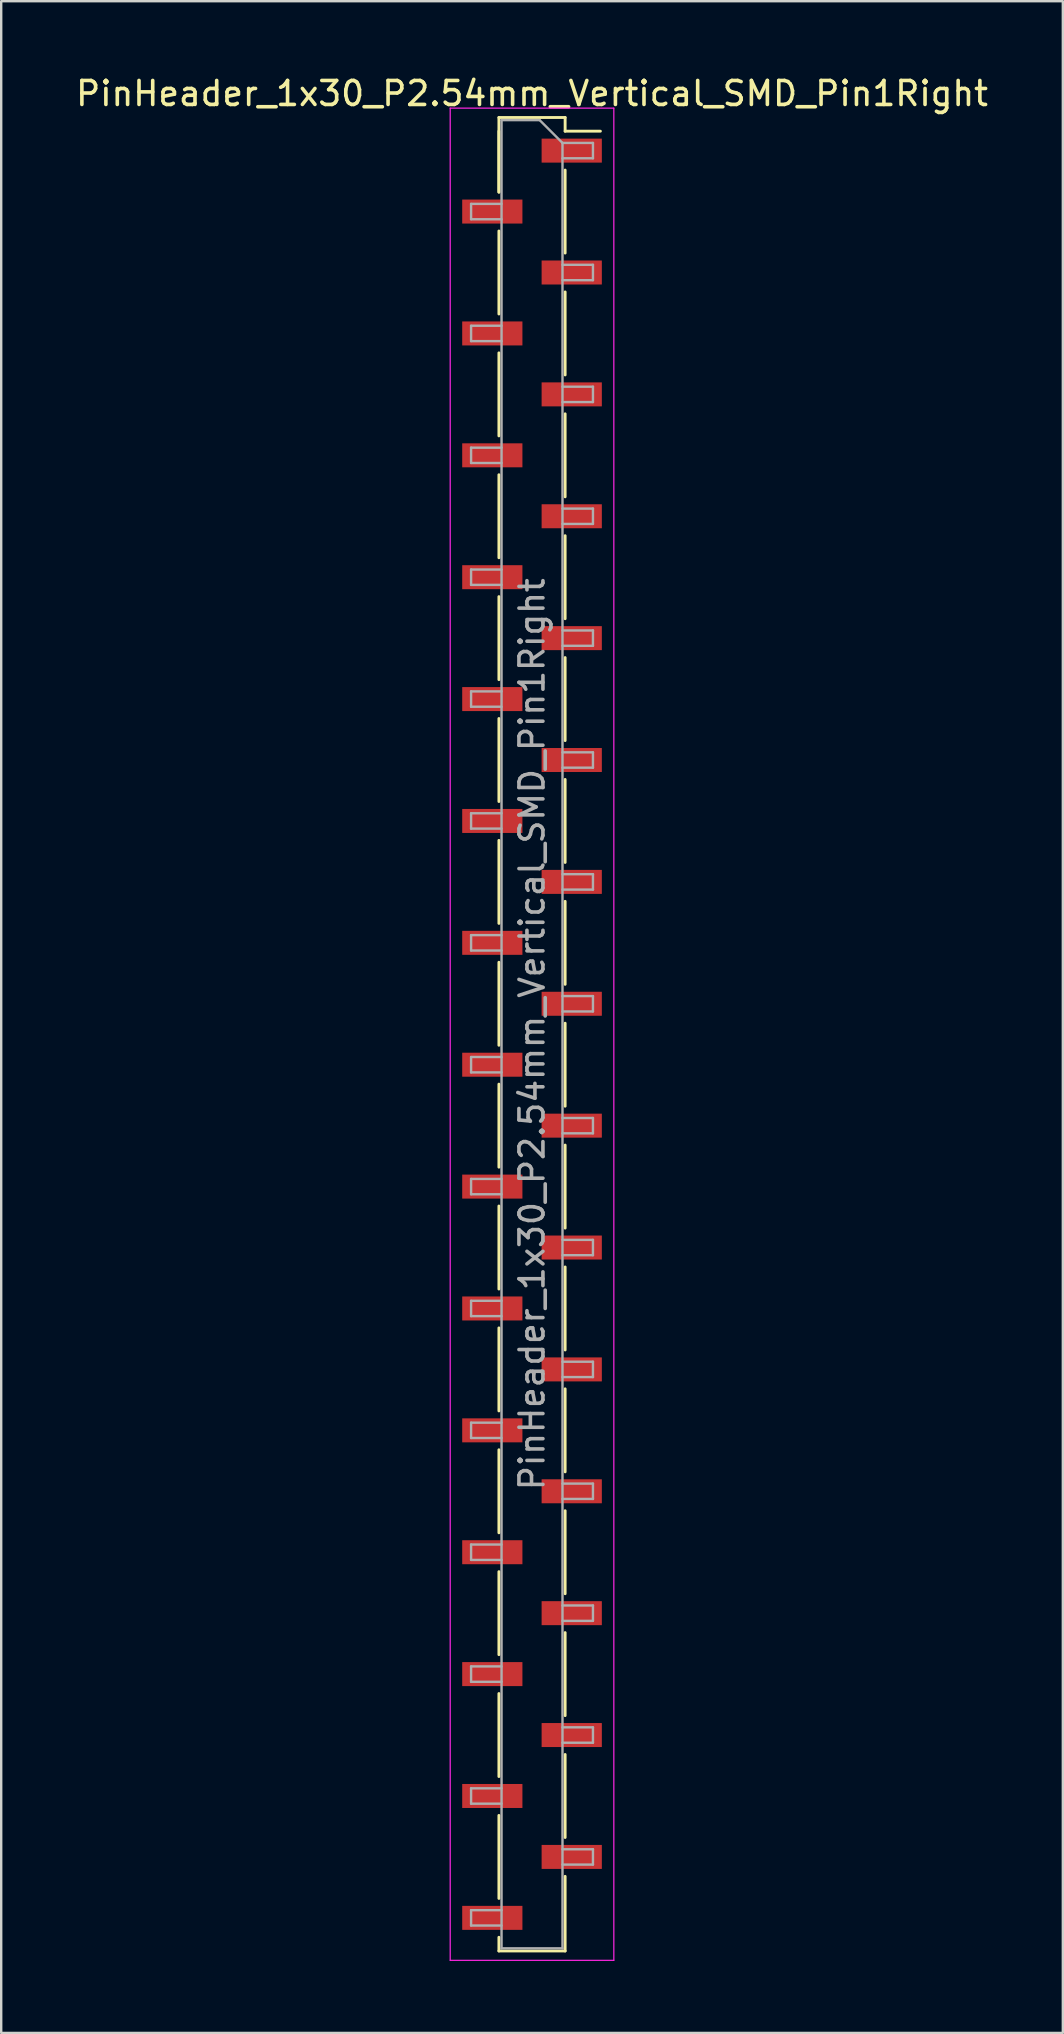
<source format=kicad_pcb>
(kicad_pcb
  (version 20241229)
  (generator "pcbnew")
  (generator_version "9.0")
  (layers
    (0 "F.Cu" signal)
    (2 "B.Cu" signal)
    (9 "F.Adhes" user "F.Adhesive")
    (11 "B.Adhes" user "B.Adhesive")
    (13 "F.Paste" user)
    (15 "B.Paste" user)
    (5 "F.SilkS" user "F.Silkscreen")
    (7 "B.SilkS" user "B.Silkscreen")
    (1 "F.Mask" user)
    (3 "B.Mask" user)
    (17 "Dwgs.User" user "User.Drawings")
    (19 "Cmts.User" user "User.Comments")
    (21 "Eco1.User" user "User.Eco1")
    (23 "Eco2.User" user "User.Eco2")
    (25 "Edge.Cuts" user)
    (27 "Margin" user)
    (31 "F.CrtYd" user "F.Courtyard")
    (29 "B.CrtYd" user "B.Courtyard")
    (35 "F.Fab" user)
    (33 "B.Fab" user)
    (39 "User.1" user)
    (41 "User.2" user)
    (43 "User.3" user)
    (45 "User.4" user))
  (footprint "PinHeader_1x30_P2.54mm_Vertical_SMD_Pin1Right"
    (layer "F.Cu")
    (at 19.125 40.058)
    (property "Reference" "PinHeader_1x30_P2.54mm_Vertical_SMD_Pin1Right" (at 0 -39.21 0) (layer "F.SilkS") (effects (font (size 1 1) (thickness 0.15))))
    (attr smd)
    (fp_line (start -1.38 -38.21) (end -1.38 -35.1) (stroke (width 0.12) (type solid)) (layer "F.SilkS"))
    (fp_line (start -1.38 -38.21) (end 1.38 -38.21) (stroke (width 0.12) (type solid)) (layer "F.SilkS"))
    (fp_line (start -1.38 -37.64) (end -1.38 -35.1) (stroke (width 0.12) (type solid)) (layer "F.SilkS"))
    (fp_line (start -1.38 -33.48) (end -1.38 -30.02) (stroke (width 0.12) (type solid)) (layer "F.SilkS"))
    (fp_line (start -1.38 -28.4) (end -1.38 -24.94) (stroke (width 0.12) (type solid)) (layer "F.SilkS"))
    (fp_line (start -1.38 -23.32) (end -1.38 -19.86) (stroke (width 0.12) (type solid)) (layer "F.SilkS"))
    (fp_line (start -1.38 -18.24) (end -1.38 -14.78) (stroke (width 0.12) (type solid)) (layer "F.SilkS"))
    (fp_line (start -1.38 -13.16) (end -1.38 -9.7) (stroke (width 0.12) (type solid)) (layer "F.SilkS"))
    (fp_line (start -1.38 -8.08) (end -1.38 -4.62) (stroke (width 0.12) (type solid)) (layer "F.SilkS"))
    (fp_line (start -1.38 -3) (end -1.38 0.46) (stroke (width 0.12) (type solid)) (layer "F.SilkS"))
    (fp_line (start -1.38 2.08) (end -1.38 5.54) (stroke (width 0.12) (type solid)) (layer "F.SilkS"))
    (fp_line (start -1.38 7.16) (end -1.38 10.62) (stroke (width 0.12) (type solid)) (layer "F.SilkS"))
    (fp_line (start -1.38 12.24) (end -1.38 15.7) (stroke (width 0.12) (type solid)) (layer "F.SilkS"))
    (fp_line (start -1.38 17.32) (end -1.38 20.78) (stroke (width 0.12) (type solid)) (layer "F.SilkS"))
    (fp_line (start -1.38 22.4) (end -1.38 25.86) (stroke (width 0.12) (type solid)) (layer "F.SilkS"))
    (fp_line (start -1.38 27.48) (end -1.38 30.94) (stroke (width 0.12) (type solid)) (layer "F.SilkS"))
    (fp_line (start -1.38 32.56) (end -1.38 36.02) (stroke (width 0.12) (type solid)) (layer "F.SilkS"))
    (fp_line (start -1.38 37.64) (end -1.38 38.21) (stroke (width 0.12) (type solid)) (layer "F.SilkS"))
    (fp_line (start -1.38 38.21) (end 1.38 38.21) (stroke (width 0.12) (type solid)) (layer "F.SilkS"))
    (fp_line (start 1.38 -38.21) (end 1.38 -37.64) (stroke (width 0.12) (type solid)) (layer "F.SilkS"))
    (fp_line (start 1.38 -37.64) (end 2.85 -37.64) (stroke (width 0.12) (type solid)) (layer "F.SilkS"))
    (fp_line (start 1.38 -36.02) (end 1.38 -32.56) (stroke (width 0.12) (type solid)) (layer "F.SilkS"))
    (fp_line (start 1.38 -30.94) (end 1.38 -27.48) (stroke (width 0.12) (type solid)) (layer "F.SilkS"))
    (fp_line (start 1.38 -25.86) (end 1.38 -22.4) (stroke (width 0.12) (type solid)) (layer "F.SilkS"))
    (fp_line (start 1.38 -20.78) (end 1.38 -17.32) (stroke (width 0.12) (type solid)) (layer "F.SilkS"))
    (fp_line (start 1.38 -15.7) (end 1.38 -12.24) (stroke (width 0.12) (type solid)) (layer "F.SilkS"))
    (fp_line (start 1.38 -10.62) (end 1.38 -7.16) (stroke (width 0.12) (type solid)) (layer "F.SilkS"))
    (fp_line (start 1.38 -5.54) (end 1.38 -2.08) (stroke (width 0.12) (type solid)) (layer "F.SilkS"))
    (fp_line (start 1.38 -0.46) (end 1.38 3) (stroke (width 0.12) (type solid)) (layer "F.SilkS"))
    (fp_line (start 1.38 4.62) (end 1.38 8.08) (stroke (width 0.12) (type solid)) (layer "F.SilkS"))
    (fp_line (start 1.38 9.7) (end 1.38 13.16) (stroke (width 0.12) (type solid)) (layer "F.SilkS"))
    (fp_line (start 1.38 14.78) (end 1.38 18.24) (stroke (width 0.12) (type solid)) (layer "F.SilkS"))
    (fp_line (start 1.38 19.86) (end 1.38 23.32) (stroke (width 0.12) (type solid)) (layer "F.SilkS"))
    (fp_line (start 1.38 24.94) (end 1.38 28.4) (stroke (width 0.12) (type solid)) (layer "F.SilkS"))
    (fp_line (start 1.38 30.02) (end 1.38 33.48) (stroke (width 0.12) (type solid)) (layer "F.SilkS"))
    (fp_line (start 1.38 35.1) (end 1.38 38.21) (stroke (width 0.12) (type solid)) (layer "F.SilkS"))
    (fp_line (start -3.41 -38.6) (end -3.41 38.6) (stroke (width 0.05) (type solid)) (layer "F.CrtYd"))
    (fp_line (start -3.41 38.6) (end 3.41 38.6) (stroke (width 0.05) (type solid)) (layer "F.CrtYd"))
    (fp_line (start 3.41 -38.6) (end -3.41 -38.6) (stroke (width 0.05) (type solid)) (layer "F.CrtYd"))
    (fp_line (start 3.41 38.6) (end 3.41 -38.6) (stroke (width 0.05) (type solid)) (layer "F.CrtYd"))
    (fp_line (start -2.54 -34.61) (end -2.54 -33.97) (stroke (width 0.1) (type solid)) (layer "F.Fab"))
    (fp_line (start -2.54 -33.97) (end -1.27 -33.97) (stroke (width 0.1) (type solid)) (layer "F.Fab"))
    (fp_line (start -2.54 -29.53) (end -2.54 -28.89) (stroke (width 0.1) (type solid)) (layer "F.Fab"))
    (fp_line (start -2.54 -28.89) (end -1.27 -28.89) (stroke (width 0.1) (type solid)) (layer "F.Fab"))
    (fp_line (start -2.54 -24.45) (end -2.54 -23.81) (stroke (width 0.1) (type solid)) (layer "F.Fab"))
    (fp_line (start -2.54 -23.81) (end -1.27 -23.81) (stroke (width 0.1) (type solid)) (layer "F.Fab"))
    (fp_line (start -2.54 -19.37) (end -2.54 -18.73) (stroke (width 0.1) (type solid)) (layer "F.Fab"))
    (fp_line (start -2.54 -18.73) (end -1.27 -18.73) (stroke (width 0.1) (type solid)) (layer "F.Fab"))
    (fp_line (start -2.54 -14.29) (end -2.54 -13.65) (stroke (width 0.1) (type solid)) (layer "F.Fab"))
    (fp_line (start -2.54 -13.65) (end -1.27 -13.65) (stroke (width 0.1) (type solid)) (layer "F.Fab"))
    (fp_line (start -2.54 -9.21) (end -2.54 -8.57) (stroke (width 0.1) (type solid)) (layer "F.Fab"))
    (fp_line (start -2.54 -8.57) (end -1.27 -8.57) (stroke (width 0.1) (type solid)) (layer "F.Fab"))
    (fp_line (start -2.54 -4.13) (end -2.54 -3.49) (stroke (width 0.1) (type solid)) (layer "F.Fab"))
    (fp_line (start -2.54 -3.49) (end -1.27 -3.49) (stroke (width 0.1) (type solid)) (layer "F.Fab"))
    (fp_line (start -2.54 0.95) (end -2.54 1.59) (stroke (width 0.1) (type solid)) (layer "F.Fab"))
    (fp_line (start -2.54 1.59) (end -1.27 1.59) (stroke (width 0.1) (type solid)) (layer "F.Fab"))
    (fp_line (start -2.54 6.03) (end -2.54 6.67) (stroke (width 0.1) (type solid)) (layer "F.Fab"))
    (fp_line (start -2.54 6.67) (end -1.27 6.67) (stroke (width 0.1) (type solid)) (layer "F.Fab"))
    (fp_line (start -2.54 11.11) (end -2.54 11.75) (stroke (width 0.1) (type solid)) (layer "F.Fab"))
    (fp_line (start -2.54 11.75) (end -1.27 11.75) (stroke (width 0.1) (type solid)) (layer "F.Fab"))
    (fp_line (start -2.54 16.19) (end -2.54 16.83) (stroke (width 0.1) (type solid)) (layer "F.Fab"))
    (fp_line (start -2.54 16.83) (end -1.27 16.83) (stroke (width 0.1) (type solid)) (layer "F.Fab"))
    (fp_line (start -2.54 21.27) (end -2.54 21.91) (stroke (width 0.1) (type solid)) (layer "F.Fab"))
    (fp_line (start -2.54 21.91) (end -1.27 21.91) (stroke (width 0.1) (type solid)) (layer "F.Fab"))
    (fp_line (start -2.54 26.35) (end -2.54 26.99) (stroke (width 0.1) (type solid)) (layer "F.Fab"))
    (fp_line (start -2.54 26.99) (end -1.27 26.99) (stroke (width 0.1) (type solid)) (layer "F.Fab"))
    (fp_line (start -2.54 31.43) (end -2.54 32.07) (stroke (width 0.1) (type solid)) (layer "F.Fab"))
    (fp_line (start -2.54 32.07) (end -1.27 32.07) (stroke (width 0.1) (type solid)) (layer "F.Fab"))
    (fp_line (start -2.54 36.51) (end -2.54 37.15) (stroke (width 0.1) (type solid)) (layer "F.Fab"))
    (fp_line (start -2.54 37.15) (end -1.27 37.15) (stroke (width 0.1) (type solid)) (layer "F.Fab"))
    (fp_line (start -1.27 -38.1) (end -1.27 38.1) (stroke (width 0.1) (type solid)) (layer "F.Fab"))
    (fp_line (start -1.27 -38.1) (end 0.32 -38.1) (stroke (width 0.1) (type solid)) (layer "F.Fab"))
    (fp_line (start -1.27 -34.61) (end -2.54 -34.61) (stroke (width 0.1) (type solid)) (layer "F.Fab"))
    (fp_line (start -1.27 -29.53) (end -2.54 -29.53) (stroke (width 0.1) (type solid)) (layer "F.Fab"))
    (fp_line (start -1.27 -24.45) (end -2.54 -24.45) (stroke (width 0.1) (type solid)) (layer "F.Fab"))
    (fp_line (start -1.27 -19.37) (end -2.54 -19.37) (stroke (width 0.1) (type solid)) (layer "F.Fab"))
    (fp_line (start -1.27 -14.29) (end -2.54 -14.29) (stroke (width 0.1) (type solid)) (layer "F.Fab"))
    (fp_line (start -1.27 -9.21) (end -2.54 -9.21) (stroke (width 0.1) (type solid)) (layer "F.Fab"))
    (fp_line (start -1.27 -4.13) (end -2.54 -4.13) (stroke (width 0.1) (type solid)) (layer "F.Fab"))
    (fp_line (start -1.27 0.95) (end -2.54 0.95) (stroke (width 0.1) (type solid)) (layer "F.Fab"))
    (fp_line (start -1.27 6.03) (end -2.54 6.03) (stroke (width 0.1) (type solid)) (layer "F.Fab"))
    (fp_line (start -1.27 11.11) (end -2.54 11.11) (stroke (width 0.1) (type solid)) (layer "F.Fab"))
    (fp_line (start -1.27 16.19) (end -2.54 16.19) (stroke (width 0.1) (type solid)) (layer "F.Fab"))
    (fp_line (start -1.27 21.27) (end -2.54 21.27) (stroke (width 0.1) (type solid)) (layer "F.Fab"))
    (fp_line (start -1.27 26.35) (end -2.54 26.35) (stroke (width 0.1) (type solid)) (layer "F.Fab"))
    (fp_line (start -1.27 31.43) (end -2.54 31.43) (stroke (width 0.1) (type solid)) (layer "F.Fab"))
    (fp_line (start -1.27 36.51) (end -2.54 36.51) (stroke (width 0.1) (type solid)) (layer "F.Fab"))
    (fp_line (start 1.27 -37.15) (end 0.32 -38.1) (stroke (width 0.1) (type solid)) (layer "F.Fab"))
    (fp_line (start 1.27 -37.15) (end 2.54 -37.15) (stroke (width 0.1) (type solid)) (layer "F.Fab"))
    (fp_line (start 1.27 -32.07) (end 2.54 -32.07) (stroke (width 0.1) (type solid)) (layer "F.Fab"))
    (fp_line (start 1.27 -26.99) (end 2.54 -26.99) (stroke (width 0.1) (type solid)) (layer "F.Fab"))
    (fp_line (start 1.27 -21.91) (end 2.54 -21.91) (stroke (width 0.1) (type solid)) (layer "F.Fab"))
    (fp_line (start 1.27 -16.83) (end 2.54 -16.83) (stroke (width 0.1) (type solid)) (layer "F.Fab"))
    (fp_line (start 1.27 -11.75) (end 2.54 -11.75) (stroke (width 0.1) (type solid)) (layer "F.Fab"))
    (fp_line (start 1.27 -6.67) (end 2.54 -6.67) (stroke (width 0.1) (type solid)) (layer "F.Fab"))
    (fp_line (start 1.27 -1.59) (end 2.54 -1.59) (stroke (width 0.1) (type solid)) (layer "F.Fab"))
    (fp_line (start 1.27 3.49) (end 2.54 3.49) (stroke (width 0.1) (type solid)) (layer "F.Fab"))
    (fp_line (start 1.27 8.57) (end 2.54 8.57) (stroke (width 0.1) (type solid)) (layer "F.Fab"))
    (fp_line (start 1.27 13.65) (end 2.54 13.65) (stroke (width 0.1) (type solid)) (layer "F.Fab"))
    (fp_line (start 1.27 18.73) (end 2.54 18.73) (stroke (width 0.1) (type solid)) (layer "F.Fab"))
    (fp_line (start 1.27 23.81) (end 2.54 23.81) (stroke (width 0.1) (type solid)) (layer "F.Fab"))
    (fp_line (start 1.27 28.89) (end 2.54 28.89) (stroke (width 0.1) (type solid)) (layer "F.Fab"))
    (fp_line (start 1.27 33.97) (end 2.54 33.97) (stroke (width 0.1) (type solid)) (layer "F.Fab"))
    (fp_line (start 1.27 38.1) (end -1.27 38.1) (stroke (width 0.1) (type solid)) (layer "F.Fab"))
    (fp_line (start 1.27 38.1) (end 1.27 -37.15) (stroke (width 0.1) (type solid)) (layer "F.Fab"))
    (fp_line (start 2.54 -37.15) (end 2.54 -36.51) (stroke (width 0.1) (type solid)) (layer "F.Fab"))
    (fp_line (start 2.54 -36.51) (end 1.27 -36.51) (stroke (width 0.1) (type solid)) (layer "F.Fab"))
    (fp_line (start 2.54 -32.07) (end 2.54 -31.43) (stroke (width 0.1) (type solid)) (layer "F.Fab"))
    (fp_line (start 2.54 -31.43) (end 1.27 -31.43) (stroke (width 0.1) (type solid)) (layer "F.Fab"))
    (fp_line (start 2.54 -26.99) (end 2.54 -26.35) (stroke (width 0.1) (type solid)) (layer "F.Fab"))
    (fp_line (start 2.54 -26.35) (end 1.27 -26.35) (stroke (width 0.1) (type solid)) (layer "F.Fab"))
    (fp_line (start 2.54 -21.91) (end 2.54 -21.27) (stroke (width 0.1) (type solid)) (layer "F.Fab"))
    (fp_line (start 2.54 -21.27) (end 1.27 -21.27) (stroke (width 0.1) (type solid)) (layer "F.Fab"))
    (fp_line (start 2.54 -16.83) (end 2.54 -16.19) (stroke (width 0.1) (type solid)) (layer "F.Fab"))
    (fp_line (start 2.54 -16.19) (end 1.27 -16.19) (stroke (width 0.1) (type solid)) (layer "F.Fab"))
    (fp_line (start 2.54 -11.75) (end 2.54 -11.11) (stroke (width 0.1) (type solid)) (layer "F.Fab"))
    (fp_line (start 2.54 -11.11) (end 1.27 -11.11) (stroke (width 0.1) (type solid)) (layer "F.Fab"))
    (fp_line (start 2.54 -6.67) (end 2.54 -6.03) (stroke (width 0.1) (type solid)) (layer "F.Fab"))
    (fp_line (start 2.54 -6.03) (end 1.27 -6.03) (stroke (width 0.1) (type solid)) (layer "F.Fab"))
    (fp_line (start 2.54 -1.59) (end 2.54 -0.95) (stroke (width 0.1) (type solid)) (layer "F.Fab"))
    (fp_line (start 2.54 -0.95) (end 1.27 -0.95) (stroke (width 0.1) (type solid)) (layer "F.Fab"))
    (fp_line (start 2.54 3.49) (end 2.54 4.13) (stroke (width 0.1) (type solid)) (layer "F.Fab"))
    (fp_line (start 2.54 4.13) (end 1.27 4.13) (stroke (width 0.1) (type solid)) (layer "F.Fab"))
    (fp_line (start 2.54 8.57) (end 2.54 9.21) (stroke (width 0.1) (type solid)) (layer "F.Fab"))
    (fp_line (start 2.54 9.21) (end 1.27 9.21) (stroke (width 0.1) (type solid)) (layer "F.Fab"))
    (fp_line (start 2.54 13.65) (end 2.54 14.29) (stroke (width 0.1) (type solid)) (layer "F.Fab"))
    (fp_line (start 2.54 14.29) (end 1.27 14.29) (stroke (width 0.1) (type solid)) (layer "F.Fab"))
    (fp_line (start 2.54 18.73) (end 2.54 19.37) (stroke (width 0.1) (type solid)) (layer "F.Fab"))
    (fp_line (start 2.54 19.37) (end 1.27 19.37) (stroke (width 0.1) (type solid)) (layer "F.Fab"))
    (fp_line (start 2.54 23.81) (end 2.54 24.45) (stroke (width 0.1) (type solid)) (layer "F.Fab"))
    (fp_line (start 2.54 24.45) (end 1.27 24.45) (stroke (width 0.1) (type solid)) (layer "F.Fab"))
    (fp_line (start 2.54 28.89) (end 2.54 29.53) (stroke (width 0.1) (type solid)) (layer "F.Fab"))
    (fp_line (start 2.54 29.53) (end 1.27 29.53) (stroke (width 0.1) (type solid)) (layer "F.Fab"))
    (fp_line (start 2.54 33.97) (end 2.54 34.61) (stroke (width 0.1) (type solid)) (layer "F.Fab"))
    (fp_line (start 2.54 34.61) (end 1.27 34.61) (stroke (width 0.1) (type solid)) (layer "F.Fab"))
    (fp_text user "${REFERENCE}" (at 0 0 90) (layer "F.Fab") (effects (font (size 1 1) (thickness 0.15))))
    (pad "1" smd rect (at 1.655 -36.83) (size 2.51 1) (layers "F.Cu" "F.Mask" "F.Paste"))
    (pad "2" smd rect (at -1.655 -34.29) (size 2.51 1) (layers "F.Cu" "F.Mask" "F.Paste"))
    (pad "3" smd rect (at 1.655 -31.75) (size 2.51 1) (layers "F.Cu" "F.Mask" "F.Paste"))
    (pad "4" smd rect (at -1.655 -29.21) (size 2.51 1) (layers "F.Cu" "F.Mask" "F.Paste"))
    (pad "5" smd rect (at 1.655 -26.67) (size 2.51 1) (layers "F.Cu" "F.Mask" "F.Paste"))
    (pad "6" smd rect (at -1.655 -24.13) (size 2.51 1) (layers "F.Cu" "F.Mask" "F.Paste"))
    (pad "7" smd rect (at 1.655 -21.59) (size 2.51 1) (layers "F.Cu" "F.Mask" "F.Paste"))
    (pad "8" smd rect (at -1.655 -19.05) (size 2.51 1) (layers "F.Cu" "F.Mask" "F.Paste"))
    (pad "9" smd rect (at 1.655 -16.51) (size 2.51 1) (layers "F.Cu" "F.Mask" "F.Paste"))
    (pad "10" smd rect (at -1.655 -13.97) (size 2.51 1) (layers "F.Cu" "F.Mask" "F.Paste"))
    (pad "11" smd rect (at 1.655 -11.43) (size 2.51 1) (layers "F.Cu" "F.Mask" "F.Paste"))
    (pad "12" smd rect (at -1.655 -8.89) (size 2.51 1) (layers "F.Cu" "F.Mask" "F.Paste"))
    (pad "13" smd rect (at 1.655 -6.35) (size 2.51 1) (layers "F.Cu" "F.Mask" "F.Paste"))
    (pad "14" smd rect (at -1.655 -3.81) (size 2.51 1) (layers "F.Cu" "F.Mask" "F.Paste"))
    (pad "15" smd rect (at 1.655 -1.27) (size 2.51 1) (layers "F.Cu" "F.Mask" "F.Paste"))
    (pad "16" smd rect (at -1.655 1.27) (size 2.51 1) (layers "F.Cu" "F.Mask" "F.Paste"))
    (pad "17" smd rect (at 1.655 3.81) (size 2.51 1) (layers "F.Cu" "F.Mask" "F.Paste"))
    (pad "18" smd rect (at -1.655 6.35) (size 2.51 1) (layers "F.Cu" "F.Mask" "F.Paste"))
    (pad "19" smd rect (at 1.655 8.89) (size 2.51 1) (layers "F.Cu" "F.Mask" "F.Paste"))
    (pad "20" smd rect (at -1.655 11.43) (size 2.51 1) (layers "F.Cu" "F.Mask" "F.Paste"))
    (pad "21" smd rect (at 1.655 13.97) (size 2.51 1) (layers "F.Cu" "F.Mask" "F.Paste"))
    (pad "22" smd rect (at -1.655 16.51) (size 2.51 1) (layers "F.Cu" "F.Mask" "F.Paste"))
    (pad "23" smd rect (at 1.655 19.05) (size 2.51 1) (layers "F.Cu" "F.Mask" "F.Paste"))
    (pad "24" smd rect (at -1.655 21.59) (size 2.51 1) (layers "F.Cu" "F.Mask" "F.Paste"))
    (pad "25" smd rect (at 1.655 24.13) (size 2.51 1) (layers "F.Cu" "F.Mask" "F.Paste"))
    (pad "26" smd rect (at -1.655 26.67) (size 2.51 1) (layers "F.Cu" "F.Mask" "F.Paste"))
    (pad "27" smd rect (at 1.655 29.21) (size 2.51 1) (layers "F.Cu" "F.Mask" "F.Paste"))
    (pad "28" smd rect (at -1.655 31.75) (size 2.51 1) (layers "F.Cu" "F.Mask" "F.Paste"))
    (pad "29" smd rect (at 1.655 34.29) (size 2.51 1) (layers "F.Cu" "F.Mask" "F.Paste"))
    (pad "30" smd rect (at -1.655 36.83) (size 2.51 1) (layers "F.Cu" "F.Mask" "F.Paste")))
  (gr_rect
    (start -3 -3)
    (end 41.25 81.683)
    (stroke (width 0.1) (type default))
    (fill no)
    (layer "Edge.Cuts")))
</source>
